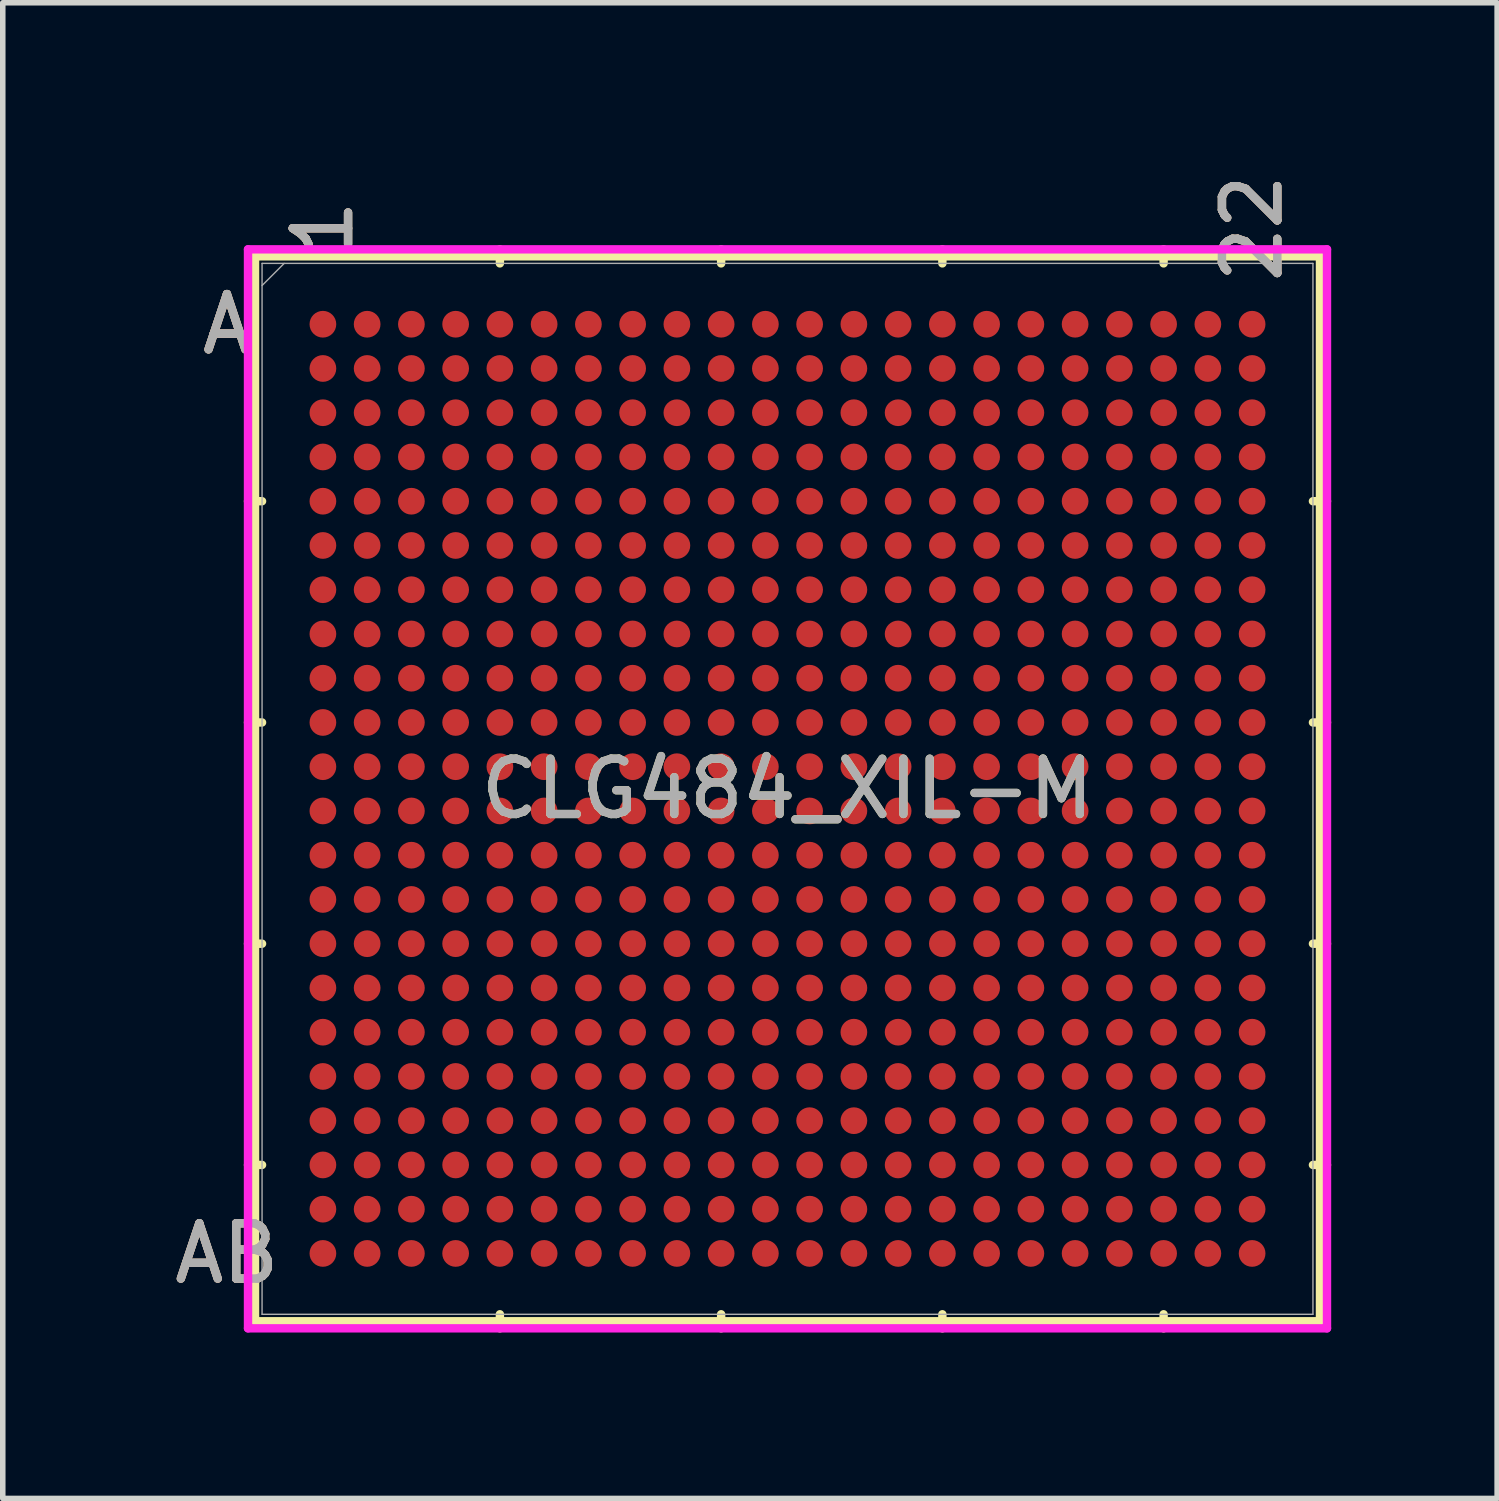
<source format=kicad_pcb>
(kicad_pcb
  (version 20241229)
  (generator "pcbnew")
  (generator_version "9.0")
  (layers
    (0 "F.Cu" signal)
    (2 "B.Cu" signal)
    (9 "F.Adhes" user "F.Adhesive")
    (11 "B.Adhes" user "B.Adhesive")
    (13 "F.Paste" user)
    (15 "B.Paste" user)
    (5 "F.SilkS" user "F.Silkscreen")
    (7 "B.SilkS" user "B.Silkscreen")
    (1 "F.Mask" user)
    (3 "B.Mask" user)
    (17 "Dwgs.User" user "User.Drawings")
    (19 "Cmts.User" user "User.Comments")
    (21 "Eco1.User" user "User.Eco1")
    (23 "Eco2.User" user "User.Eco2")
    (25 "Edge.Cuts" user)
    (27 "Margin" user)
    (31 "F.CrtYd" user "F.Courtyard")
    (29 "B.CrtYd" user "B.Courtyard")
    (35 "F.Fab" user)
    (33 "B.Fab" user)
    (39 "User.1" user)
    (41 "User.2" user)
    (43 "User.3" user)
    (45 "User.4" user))
  (footprint "CLG484_XIL-M"
    (layer "F.Cu")
    (at 11.188 11.212)
    (property "Reference" "CLG484_XIL-M" (at 0 0 0) (unlocked yes) (layer "F.SilkS") (effects (font (size 1 1) (thickness 0.15))))
    (attr smd)
    (fp_line (start -9.627 -9.627) (end -9.627 9.627) (stroke (width 0.152) (type solid)) (layer "F.SilkS"))
    (fp_line (start -9.627 9.627) (end 9.627 9.627) (stroke (width 0.152) (type solid)) (layer "F.SilkS"))
    (fp_line (start -9.5 -5.2) (end -9.754 -5.2) (stroke (width 0.152) (type solid)) (layer "F.SilkS"))
    (fp_line (start -9.5 -1.2) (end -9.754 -1.2) (stroke (width 0.152) (type solid)) (layer "F.SilkS"))
    (fp_line (start -9.5 2.8) (end -9.754 2.8) (stroke (width 0.152) (type solid)) (layer "F.SilkS"))
    (fp_line (start -9.5 6.8) (end -9.754 6.8) (stroke (width 0.152) (type solid)) (layer "F.SilkS"))
    (fp_line (start -5.2 -9.5) (end -5.2 -9.754) (stroke (width 0.152) (type solid)) (layer "F.SilkS"))
    (fp_line (start -5.2 9.5) (end -5.2 9.754) (stroke (width 0.152) (type solid)) (layer "F.SilkS"))
    (fp_line (start -1.2 -9.5) (end -1.2 -9.754) (stroke (width 0.152) (type solid)) (layer "F.SilkS"))
    (fp_line (start -1.2 9.5) (end -1.2 9.754) (stroke (width 0.152) (type solid)) (layer "F.SilkS"))
    (fp_line (start 2.8 -9.5) (end 2.8 -9.754) (stroke (width 0.152) (type solid)) (layer "F.SilkS"))
    (fp_line (start 2.8 9.5) (end 2.8 9.754) (stroke (width 0.152) (type solid)) (layer "F.SilkS"))
    (fp_line (start 6.8 -9.5) (end 6.8 -9.754) (stroke (width 0.152) (type solid)) (layer "F.SilkS"))
    (fp_line (start 6.8 9.5) (end 6.8 9.754) (stroke (width 0.152) (type solid)) (layer "F.SilkS"))
    (fp_line (start 9.5 -5.2) (end 9.754 -5.2) (stroke (width 0.152) (type solid)) (layer "F.SilkS"))
    (fp_line (start 9.5 -1.2) (end 9.754 -1.2) (stroke (width 0.152) (type solid)) (layer "F.SilkS"))
    (fp_line (start 9.5 2.8) (end 9.754 2.8) (stroke (width 0.152) (type solid)) (layer "F.SilkS"))
    (fp_line (start 9.5 6.8) (end 9.754 6.8) (stroke (width 0.152) (type solid)) (layer "F.SilkS"))
    (fp_line (start 9.627 -9.627) (end -9.627 -9.627) (stroke (width 0.152) (type solid)) (layer "F.SilkS"))
    (fp_line (start 9.627 9.627) (end 9.627 -9.627) (stroke (width 0.152) (type solid)) (layer "F.SilkS"))
    (fp_poly (pts (xy -9.244 -9.244) (xy 9.244 -9.244) (xy 9.244 9.244) (xy -9.244 9.244)) (stroke (width 0.1) (type solid)) (fill no) (layer "Eco2.User"))
    (fp_line (start -9.754 -9.754) (end 9.754 -9.754) (stroke (width 0.152) (type solid)) (layer "F.CrtYd"))
    (fp_line (start -9.754 9.754) (end -9.754 -9.754) (stroke (width 0.152) (type solid)) (layer "F.CrtYd"))
    (fp_line (start 9.754 -9.754) (end 9.754 9.754) (stroke (width 0.152) (type solid)) (layer "F.CrtYd"))
    (fp_line (start 9.754 9.754) (end -9.754 9.754) (stroke (width 0.152) (type solid)) (layer "F.CrtYd"))
    (fp_line (start -9.5 -9.5) (end -9.5 9.5) (stroke (width 0.025) (type solid)) (layer "F.Fab"))
    (fp_line (start -9.5 9.5) (end 9.5 9.5) (stroke (width 0.025) (type solid)) (layer "F.Fab"))
    (fp_line (start -9.1 -9.5) (end -9.5 -9.1) (stroke (width 0.025) (type solid)) (layer "F.Fab"))
    (fp_line (start 9.5 -9.5) (end -9.5 -9.5) (stroke (width 0.025) (type solid)) (layer "F.Fab"))
    (fp_line (start 9.5 9.5) (end 9.5 -9.5) (stroke (width 0.025) (type solid)) (layer "F.Fab"))
    (fp_text user "A" (at -10.135 -8.4 0) (unlocked yes) (layer "F.SilkS") (effects (font (size 1 1) (thickness 0.15))))
    (fp_text user "1" (at -8.4 -10.135 90) (unlocked yes) (layer "F.SilkS") (effects (font (size 1 1) (thickness 0.15))))
    (fp_text user "22" (at 8.4 -10.135 90) (unlocked yes) (layer "F.SilkS") (effects (font (size 1 1) (thickness 0.15))))
    (fp_text user "AB" (at -10.135 8.4 0) (unlocked yes) (layer "F.SilkS") (effects (font (size 1 1) (thickness 0.15))))
    (fp_text user "AB" (at -10.135 8.4 0) (unlocked yes) (layer "B.SilkS") (effects (font (size 1 1) (thickness 0.15))))
    (fp_text user "A" (at -10.135 -8.4 0) (unlocked yes) (layer "B.SilkS") (effects (font (size 1 1) (thickness 0.15))))
    (fp_text user "22" (at 8.4 -10.135 90) (unlocked yes) (layer "B.SilkS") (effects (font (size 1 1) (thickness 0.15))))
    (fp_text user "1" (at -8.4 -10.135 90) (unlocked yes) (layer "B.SilkS") (effects (font (size 1 1) (thickness 0.15))))
    (fp_text user "A" (at -10.135 -8.4 0) (unlocked yes) (layer "F.Fab") (effects (font (size 1 1) (thickness 0.15))))
    (fp_text user "1" (at -8.4 -10.135 90) (unlocked yes) (layer "F.Fab") (effects (font (size 1 1) (thickness 0.15))))
    (fp_text user "${REFERENCE}" (at 0 0 0) (unlocked yes) (layer "F.Fab") (effects (font (size 1 1) (thickness 0.15))))
    (fp_text user "22" (at 8.4 -10.135 90) (unlocked yes) (layer "F.Fab") (effects (font (size 1 1) (thickness 0.15))))
    (fp_text user "AB" (at -10.135 8.4 0) (unlocked yes) (layer "F.Fab") (effects (font (size 1 1) (thickness 0.15))))
    (pad "A1" smd circle (at -8.4 -8.4) (size 0.483 0.483) (layers "F.Cu" "F.Mask" "F.Paste"))
    (pad "A2" smd circle (at -7.6 -8.4) (size 0.483 0.483) (layers "F.Cu" "F.Mask" "F.Paste"))
    (pad "A3" smd circle (at -6.8 -8.4) (size 0.483 0.483) (layers "F.Cu" "F.Mask" "F.Paste"))
    (pad "A4" smd circle (at -6 -8.4) (size 0.483 0.483) (layers "F.Cu" "F.Mask" "F.Paste"))
    (pad "A5" smd circle (at -5.2 -8.4) (size 0.483 0.483) (layers "F.Cu" "F.Mask" "F.Paste"))
    (pad "A6" smd circle (at -4.4 -8.4) (size 0.483 0.483) (layers "F.Cu" "F.Mask" "F.Paste"))
    (pad "A7" smd circle (at -3.6 -8.4) (size 0.483 0.483) (layers "F.Cu" "F.Mask" "F.Paste"))
    (pad "A8" smd circle (at -2.8 -8.4) (size 0.483 0.483) (layers "F.Cu" "F.Mask" "F.Paste"))
    (pad "A9" smd circle (at -2 -8.4) (size 0.483 0.483) (layers "F.Cu" "F.Mask" "F.Paste"))
    (pad "A10" smd circle (at -1.2 -8.4) (size 0.483 0.483) (layers "F.Cu" "F.Mask" "F.Paste"))
    (pad "A11" smd circle (at -0.4 -8.4) (size 0.483 0.483) (layers "F.Cu" "F.Mask" "F.Paste"))
    (pad "A12" smd circle (at 0.4 -8.4) (size 0.483 0.483) (layers "F.Cu" "F.Mask" "F.Paste"))
    (pad "A13" smd circle (at 1.2 -8.4) (size 0.483 0.483) (layers "F.Cu" "F.Mask" "F.Paste"))
    (pad "A14" smd circle (at 2 -8.4) (size 0.483 0.483) (layers "F.Cu" "F.Mask" "F.Paste"))
    (pad "A15" smd circle (at 2.8 -8.4) (size 0.483 0.483) (layers "F.Cu" "F.Mask" "F.Paste"))
    (pad "A16" smd circle (at 3.6 -8.4) (size 0.483 0.483) (layers "F.Cu" "F.Mask" "F.Paste"))
    (pad "A17" smd circle (at 4.4 -8.4) (size 0.483 0.483) (layers "F.Cu" "F.Mask" "F.Paste"))
    (pad "A18" smd circle (at 5.2 -8.4) (size 0.483 0.483) (layers "F.Cu" "F.Mask" "F.Paste"))
    (pad "A19" smd circle (at 6 -8.4) (size 0.483 0.483) (layers "F.Cu" "F.Mask" "F.Paste"))
    (pad "A20" smd circle (at 6.8 -8.4) (size 0.483 0.483) (layers "F.Cu" "F.Mask" "F.Paste"))
    (pad "A21" smd circle (at 7.6 -8.4) (size 0.483 0.483) (layers "F.Cu" "F.Mask" "F.Paste"))
    (pad "A22" smd circle (at 8.4 -8.4) (size 0.483 0.483) (layers "F.Cu" "F.Mask" "F.Paste"))
    (pad "AA1" smd circle (at -8.4 7.6) (size 0.483 0.483) (layers "F.Cu" "F.Mask" "F.Paste"))
    (pad "AA2" smd circle (at -7.6 7.6) (size 0.483 0.483) (layers "F.Cu" "F.Mask" "F.Paste"))
    (pad "AA3" smd circle (at -6.8 7.6) (size 0.483 0.483) (layers "F.Cu" "F.Mask" "F.Paste"))
    (pad "AA4" smd circle (at -6 7.6) (size 0.483 0.483) (layers "F.Cu" "F.Mask" "F.Paste"))
    (pad "AA5" smd circle (at -5.2 7.6) (size 0.483 0.483) (layers "F.Cu" "F.Mask" "F.Paste"))
    (pad "AA6" smd circle (at -4.4 7.6) (size 0.483 0.483) (layers "F.Cu" "F.Mask" "F.Paste"))
    (pad "AA7" smd circle (at -3.6 7.6) (size 0.483 0.483) (layers "F.Cu" "F.Mask" "F.Paste"))
    (pad "AA8" smd circle (at -2.8 7.6) (size 0.483 0.483) (layers "F.Cu" "F.Mask" "F.Paste"))
    (pad "AA9" smd circle (at -2 7.6) (size 0.483 0.483) (layers "F.Cu" "F.Mask" "F.Paste"))
    (pad "AA10" smd circle (at -1.2 7.6) (size 0.483 0.483) (layers "F.Cu" "F.Mask" "F.Paste"))
    (pad "AA11" smd circle (at -0.4 7.6) (size 0.483 0.483) (layers "F.Cu" "F.Mask" "F.Paste"))
    (pad "AA12" smd circle (at 0.4 7.6) (size 0.483 0.483) (layers "F.Cu" "F.Mask" "F.Paste"))
    (pad "AA13" smd circle (at 1.2 7.6) (size 0.483 0.483) (layers "F.Cu" "F.Mask" "F.Paste"))
    (pad "AA14" smd circle (at 2 7.6) (size 0.483 0.483) (layers "F.Cu" "F.Mask" "F.Paste"))
    (pad "AA15" smd circle (at 2.8 7.6) (size 0.483 0.483) (layers "F.Cu" "F.Mask" "F.Paste"))
    (pad "AA16" smd circle (at 3.6 7.6) (size 0.483 0.483) (layers "F.Cu" "F.Mask" "F.Paste"))
    (pad "AA17" smd circle (at 4.4 7.6) (size 0.483 0.483) (layers "F.Cu" "F.Mask" "F.Paste"))
    (pad "AA18" smd circle (at 5.2 7.6) (size 0.483 0.483) (layers "F.Cu" "F.Mask" "F.Paste"))
    (pad "AA19" smd circle (at 6 7.6) (size 0.483 0.483) (layers "F.Cu" "F.Mask" "F.Paste"))
    (pad "AA20" smd circle (at 6.8 7.6) (size 0.483 0.483) (layers "F.Cu" "F.Mask" "F.Paste"))
    (pad "AA21" smd circle (at 7.6 7.6) (size 0.483 0.483) (layers "F.Cu" "F.Mask" "F.Paste"))
    (pad "AA22" smd circle (at 8.4 7.6) (size 0.483 0.483) (layers "F.Cu" "F.Mask" "F.Paste"))
    (pad "AB1" smd circle (at -8.4 8.4) (size 0.483 0.483) (layers "F.Cu" "F.Mask" "F.Paste"))
    (pad "AB2" smd circle (at -7.6 8.4) (size 0.483 0.483) (layers "F.Cu" "F.Mask" "F.Paste"))
    (pad "AB3" smd circle (at -6.8 8.4) (size 0.483 0.483) (layers "F.Cu" "F.Mask" "F.Paste"))
    (pad "AB4" smd circle (at -6 8.4) (size 0.483 0.483) (layers "F.Cu" "F.Mask" "F.Paste"))
    (pad "AB5" smd circle (at -5.2 8.4) (size 0.483 0.483) (layers "F.Cu" "F.Mask" "F.Paste"))
    (pad "AB6" smd circle (at -4.4 8.4) (size 0.483 0.483) (layers "F.Cu" "F.Mask" "F.Paste"))
    (pad "AB7" smd circle (at -3.6 8.4) (size 0.483 0.483) (layers "F.Cu" "F.Mask" "F.Paste"))
    (pad "AB8" smd circle (at -2.8 8.4) (size 0.483 0.483) (layers "F.Cu" "F.Mask" "F.Paste"))
    (pad "AB9" smd circle (at -2 8.4) (size 0.483 0.483) (layers "F.Cu" "F.Mask" "F.Paste"))
    (pad "AB10" smd circle (at -1.2 8.4) (size 0.483 0.483) (layers "F.Cu" "F.Mask" "F.Paste"))
    (pad "AB11" smd circle (at -0.4 8.4) (size 0.483 0.483) (layers "F.Cu" "F.Mask" "F.Paste"))
    (pad "AB12" smd circle (at 0.4 8.4) (size 0.483 0.483) (layers "F.Cu" "F.Mask" "F.Paste"))
    (pad "AB13" smd circle (at 1.2 8.4) (size 0.483 0.483) (layers "F.Cu" "F.Mask" "F.Paste"))
    (pad "AB14" smd circle (at 2 8.4) (size 0.483 0.483) (layers "F.Cu" "F.Mask" "F.Paste"))
    (pad "AB15" smd circle (at 2.8 8.4) (size 0.483 0.483) (layers "F.Cu" "F.Mask" "F.Paste"))
    (pad "AB16" smd circle (at 3.6 8.4) (size 0.483 0.483) (layers "F.Cu" "F.Mask" "F.Paste"))
    (pad "AB17" smd circle (at 4.4 8.4) (size 0.483 0.483) (layers "F.Cu" "F.Mask" "F.Paste"))
    (pad "AB18" smd circle (at 5.2 8.4) (size 0.483 0.483) (layers "F.Cu" "F.Mask" "F.Paste"))
    (pad "AB19" smd circle (at 6 8.4) (size 0.483 0.483) (layers "F.Cu" "F.Mask" "F.Paste"))
    (pad "AB20" smd circle (at 6.8 8.4) (size 0.483 0.483) (layers "F.Cu" "F.Mask" "F.Paste"))
    (pad "AB21" smd circle (at 7.6 8.4) (size 0.483 0.483) (layers "F.Cu" "F.Mask" "F.Paste"))
    (pad "AB22" smd circle (at 8.4 8.4) (size 0.483 0.483) (layers "F.Cu" "F.Mask" "F.Paste"))
    (pad "B1" smd circle (at -8.4 -7.6) (size 0.483 0.483) (layers "F.Cu" "F.Mask" "F.Paste"))
    (pad "B2" smd circle (at -7.6 -7.6) (size 0.483 0.483) (layers "F.Cu" "F.Mask" "F.Paste"))
    (pad "B3" smd circle (at -6.8 -7.6) (size 0.483 0.483) (layers "F.Cu" "F.Mask" "F.Paste"))
    (pad "B4" smd circle (at -6 -7.6) (size 0.483 0.483) (layers "F.Cu" "F.Mask" "F.Paste"))
    (pad "B5" smd circle (at -5.2 -7.6) (size 0.483 0.483) (layers "F.Cu" "F.Mask" "F.Paste"))
    (pad "B6" smd circle (at -4.4 -7.6) (size 0.483 0.483) (layers "F.Cu" "F.Mask" "F.Paste"))
    (pad "B7" smd circle (at -3.6 -7.6) (size 0.483 0.483) (layers "F.Cu" "F.Mask" "F.Paste"))
    (pad "B8" smd circle (at -2.8 -7.6) (size 0.483 0.483) (layers "F.Cu" "F.Mask" "F.Paste"))
    (pad "B9" smd circle (at -2 -7.6) (size 0.483 0.483) (layers "F.Cu" "F.Mask" "F.Paste"))
    (pad "B10" smd circle (at -1.2 -7.6) (size 0.483 0.483) (layers "F.Cu" "F.Mask" "F.Paste"))
    (pad "B11" smd circle (at -0.4 -7.6) (size 0.483 0.483) (layers "F.Cu" "F.Mask" "F.Paste"))
    (pad "B12" smd circle (at 0.4 -7.6) (size 0.483 0.483) (layers "F.Cu" "F.Mask" "F.Paste"))
    (pad "B13" smd circle (at 1.2 -7.6) (size 0.483 0.483) (layers "F.Cu" "F.Mask" "F.Paste"))
    (pad "B14" smd circle (at 2 -7.6) (size 0.483 0.483) (layers "F.Cu" "F.Mask" "F.Paste"))
    (pad "B15" smd circle (at 2.8 -7.6) (size 0.483 0.483) (layers "F.Cu" "F.Mask" "F.Paste"))
    (pad "B16" smd circle (at 3.6 -7.6) (size 0.483 0.483) (layers "F.Cu" "F.Mask" "F.Paste"))
    (pad "B17" smd circle (at 4.4 -7.6) (size 0.483 0.483) (layers "F.Cu" "F.Mask" "F.Paste"))
    (pad "B18" smd circle (at 5.2 -7.6) (size 0.483 0.483) (layers "F.Cu" "F.Mask" "F.Paste"))
    (pad "B19" smd circle (at 6 -7.6) (size 0.483 0.483) (layers "F.Cu" "F.Mask" "F.Paste"))
    (pad "B20" smd circle (at 6.8 -7.6) (size 0.483 0.483) (layers "F.Cu" "F.Mask" "F.Paste"))
    (pad "B21" smd circle (at 7.6 -7.6) (size 0.483 0.483) (layers "F.Cu" "F.Mask" "F.Paste"))
    (pad "B22" smd circle (at 8.4 -7.6) (size 0.483 0.483) (layers "F.Cu" "F.Mask" "F.Paste"))
    (pad "C1" smd circle (at -8.4 -6.8) (size 0.483 0.483) (layers "F.Cu" "F.Mask" "F.Paste"))
    (pad "C2" smd circle (at -7.6 -6.8) (size 0.483 0.483) (layers "F.Cu" "F.Mask" "F.Paste"))
    (pad "C3" smd circle (at -6.8 -6.8) (size 0.483 0.483) (layers "F.Cu" "F.Mask" "F.Paste"))
    (pad "C4" smd circle (at -6 -6.8) (size 0.483 0.483) (layers "F.Cu" "F.Mask" "F.Paste"))
    (pad "C5" smd circle (at -5.2 -6.8) (size 0.483 0.483) (layers "F.Cu" "F.Mask" "F.Paste"))
    (pad "C6" smd circle (at -4.4 -6.8) (size 0.483 0.483) (layers "F.Cu" "F.Mask" "F.Paste"))
    (pad "C7" smd circle (at -3.6 -6.8) (size 0.483 0.483) (layers "F.Cu" "F.Mask" "F.Paste"))
    (pad "C8" smd circle (at -2.8 -6.8) (size 0.483 0.483) (layers "F.Cu" "F.Mask" "F.Paste"))
    (pad "C9" smd circle (at -2 -6.8) (size 0.483 0.483) (layers "F.Cu" "F.Mask" "F.Paste"))
    (pad "C10" smd circle (at -1.2 -6.8) (size 0.483 0.483) (layers "F.Cu" "F.Mask" "F.Paste"))
    (pad "C11" smd circle (at -0.4 -6.8) (size 0.483 0.483) (layers "F.Cu" "F.Mask" "F.Paste"))
    (pad "C12" smd circle (at 0.4 -6.8) (size 0.483 0.483) (layers "F.Cu" "F.Mask" "F.Paste"))
    (pad "C13" smd circle (at 1.2 -6.8) (size 0.483 0.483) (layers "F.Cu" "F.Mask" "F.Paste"))
    (pad "C14" smd circle (at 2 -6.8) (size 0.483 0.483) (layers "F.Cu" "F.Mask" "F.Paste"))
    (pad "C15" smd circle (at 2.8 -6.8) (size 0.483 0.483) (layers "F.Cu" "F.Mask" "F.Paste"))
    (pad "C16" smd circle (at 3.6 -6.8) (size 0.483 0.483) (layers "F.Cu" "F.Mask" "F.Paste"))
    (pad "C17" smd circle (at 4.4 -6.8) (size 0.483 0.483) (layers "F.Cu" "F.Mask" "F.Paste"))
    (pad "C18" smd circle (at 5.2 -6.8) (size 0.483 0.483) (layers "F.Cu" "F.Mask" "F.Paste"))
    (pad "C19" smd circle (at 6 -6.8) (size 0.483 0.483) (layers "F.Cu" "F.Mask" "F.Paste"))
    (pad "C20" smd circle (at 6.8 -6.8) (size 0.483 0.483) (layers "F.Cu" "F.Mask" "F.Paste"))
    (pad "C21" smd circle (at 7.6 -6.8) (size 0.483 0.483) (layers "F.Cu" "F.Mask" "F.Paste"))
    (pad "C22" smd circle (at 8.4 -6.8) (size 0.483 0.483) (layers "F.Cu" "F.Mask" "F.Paste"))
    (pad "D1" smd circle (at -8.4 -6) (size 0.483 0.483) (layers "F.Cu" "F.Mask" "F.Paste"))
    (pad "D2" smd circle (at -7.6 -6) (size 0.483 0.483) (layers "F.Cu" "F.Mask" "F.Paste"))
    (pad "D3" smd circle (at -6.8 -6) (size 0.483 0.483) (layers "F.Cu" "F.Mask" "F.Paste"))
    (pad "D4" smd circle (at -6 -6) (size 0.483 0.483) (layers "F.Cu" "F.Mask" "F.Paste"))
    (pad "D5" smd circle (at -5.2 -6) (size 0.483 0.483) (layers "F.Cu" "F.Mask" "F.Paste"))
    (pad "D6" smd circle (at -4.4 -6) (size 0.483 0.483) (layers "F.Cu" "F.Mask" "F.Paste"))
    (pad "D7" smd circle (at -3.6 -6) (size 0.483 0.483) (layers "F.Cu" "F.Mask" "F.Paste"))
    (pad "D8" smd circle (at -2.8 -6) (size 0.483 0.483) (layers "F.Cu" "F.Mask" "F.Paste"))
    (pad "D9" smd circle (at -2 -6) (size 0.483 0.483) (layers "F.Cu" "F.Mask" "F.Paste"))
    (pad "D10" smd circle (at -1.2 -6) (size 0.483 0.483) (layers "F.Cu" "F.Mask" "F.Paste"))
    (pad "D11" smd circle (at -0.4 -6) (size 0.483 0.483) (layers "F.Cu" "F.Mask" "F.Paste"))
    (pad "D12" smd circle (at 0.4 -6) (size 0.483 0.483) (layers "F.Cu" "F.Mask" "F.Paste"))
    (pad "D13" smd circle (at 1.2 -6) (size 0.483 0.483) (layers "F.Cu" "F.Mask" "F.Paste"))
    (pad "D14" smd circle (at 2 -6) (size 0.483 0.483) (layers "F.Cu" "F.Mask" "F.Paste"))
    (pad "D15" smd circle (at 2.8 -6) (size 0.483 0.483) (layers "F.Cu" "F.Mask" "F.Paste"))
    (pad "D16" smd circle (at 3.6 -6) (size 0.483 0.483) (layers "F.Cu" "F.Mask" "F.Paste"))
    (pad "D17" smd circle (at 4.4 -6) (size 0.483 0.483) (layers "F.Cu" "F.Mask" "F.Paste"))
    (pad "D18" smd circle (at 5.2 -6) (size 0.483 0.483) (layers "F.Cu" "F.Mask" "F.Paste"))
    (pad "D19" smd circle (at 6 -6) (size 0.483 0.483) (layers "F.Cu" "F.Mask" "F.Paste"))
    (pad "D20" smd circle (at 6.8 -6) (size 0.483 0.483) (layers "F.Cu" "F.Mask" "F.Paste"))
    (pad "D21" smd circle (at 7.6 -6) (size 0.483 0.483) (layers "F.Cu" "F.Mask" "F.Paste"))
    (pad "D22" smd circle (at 8.4 -6) (size 0.483 0.483) (layers "F.Cu" "F.Mask" "F.Paste"))
    (pad "E1" smd circle (at -8.4 -5.2) (size 0.483 0.483) (layers "F.Cu" "F.Mask" "F.Paste"))
    (pad "E2" smd circle (at -7.6 -5.2) (size 0.483 0.483) (layers "F.Cu" "F.Mask" "F.Paste"))
    (pad "E3" smd circle (at -6.8 -5.2) (size 0.483 0.483) (layers "F.Cu" "F.Mask" "F.Paste"))
    (pad "E4" smd circle (at -6 -5.2) (size 0.483 0.483) (layers "F.Cu" "F.Mask" "F.Paste"))
    (pad "E5" smd circle (at -5.2 -5.2) (size 0.483 0.483) (layers "F.Cu" "F.Mask" "F.Paste"))
    (pad "E6" smd circle (at -4.4 -5.2) (size 0.483 0.483) (layers "F.Cu" "F.Mask" "F.Paste"))
    (pad "E7" smd circle (at -3.6 -5.2) (size 0.483 0.483) (layers "F.Cu" "F.Mask" "F.Paste"))
    (pad "E8" smd circle (at -2.8 -5.2) (size 0.483 0.483) (layers "F.Cu" "F.Mask" "F.Paste"))
    (pad "E9" smd circle (at -2 -5.2) (size 0.483 0.483) (layers "F.Cu" "F.Mask" "F.Paste"))
    (pad "E10" smd circle (at -1.2 -5.2) (size 0.483 0.483) (layers "F.Cu" "F.Mask" "F.Paste"))
    (pad "E11" smd circle (at -0.4 -5.2) (size 0.483 0.483) (layers "F.Cu" "F.Mask" "F.Paste"))
    (pad "E12" smd circle (at 0.4 -5.2) (size 0.483 0.483) (layers "F.Cu" "F.Mask" "F.Paste"))
    (pad "E13" smd circle (at 1.2 -5.2) (size 0.483 0.483) (layers "F.Cu" "F.Mask" "F.Paste"))
    (pad "E14" smd circle (at 2 -5.2) (size 0.483 0.483) (layers "F.Cu" "F.Mask" "F.Paste"))
    (pad "E15" smd circle (at 2.8 -5.2) (size 0.483 0.483) (layers "F.Cu" "F.Mask" "F.Paste"))
    (pad "E16" smd circle (at 3.6 -5.2) (size 0.483 0.483) (layers "F.Cu" "F.Mask" "F.Paste"))
    (pad "E17" smd circle (at 4.4 -5.2) (size 0.483 0.483) (layers "F.Cu" "F.Mask" "F.Paste"))
    (pad "E18" smd circle (at 5.2 -5.2) (size 0.483 0.483) (layers "F.Cu" "F.Mask" "F.Paste"))
    (pad "E19" smd circle (at 6 -5.2) (size 0.483 0.483) (layers "F.Cu" "F.Mask" "F.Paste"))
    (pad "E20" smd circle (at 6.8 -5.2) (size 0.483 0.483) (layers "F.Cu" "F.Mask" "F.Paste"))
    (pad "E21" smd circle (at 7.6 -5.2) (size 0.483 0.483) (layers "F.Cu" "F.Mask" "F.Paste"))
    (pad "E22" smd circle (at 8.4 -5.2) (size 0.483 0.483) (layers "F.Cu" "F.Mask" "F.Paste"))
    (pad "F1" smd circle (at -8.4 -4.4) (size 0.483 0.483) (layers "F.Cu" "F.Mask" "F.Paste"))
    (pad "F2" smd circle (at -7.6 -4.4) (size 0.483 0.483) (layers "F.Cu" "F.Mask" "F.Paste"))
    (pad "F3" smd circle (at -6.8 -4.4) (size 0.483 0.483) (layers "F.Cu" "F.Mask" "F.Paste"))
    (pad "F4" smd circle (at -6 -4.4) (size 0.483 0.483) (layers "F.Cu" "F.Mask" "F.Paste"))
    (pad "F5" smd circle (at -5.2 -4.4) (size 0.483 0.483) (layers "F.Cu" "F.Mask" "F.Paste"))
    (pad "F6" smd circle (at -4.4 -4.4) (size 0.483 0.483) (layers "F.Cu" "F.Mask" "F.Paste"))
    (pad "F7" smd circle (at -3.6 -4.4) (size 0.483 0.483) (layers "F.Cu" "F.Mask" "F.Paste"))
    (pad "F8" smd circle (at -2.8 -4.4) (size 0.483 0.483) (layers "F.Cu" "F.Mask" "F.Paste"))
    (pad "F9" smd circle (at -2 -4.4) (size 0.483 0.483) (layers "F.Cu" "F.Mask" "F.Paste"))
    (pad "F10" smd circle (at -1.2 -4.4) (size 0.483 0.483) (layers "F.Cu" "F.Mask" "F.Paste"))
    (pad "F11" smd circle (at -0.4 -4.4) (size 0.483 0.483) (layers "F.Cu" "F.Mask" "F.Paste"))
    (pad "F12" smd circle (at 0.4 -4.4) (size 0.483 0.483) (layers "F.Cu" "F.Mask" "F.Paste"))
    (pad "F13" smd circle (at 1.2 -4.4) (size 0.483 0.483) (layers "F.Cu" "F.Mask" "F.Paste"))
    (pad "F14" smd circle (at 2 -4.4) (size 0.483 0.483) (layers "F.Cu" "F.Mask" "F.Paste"))
    (pad "F15" smd circle (at 2.8 -4.4) (size 0.483 0.483) (layers "F.Cu" "F.Mask" "F.Paste"))
    (pad "F16" smd circle (at 3.6 -4.4) (size 0.483 0.483) (layers "F.Cu" "F.Mask" "F.Paste"))
    (pad "F17" smd circle (at 4.4 -4.4) (size 0.483 0.483) (layers "F.Cu" "F.Mask" "F.Paste"))
    (pad "F18" smd circle (at 5.2 -4.4) (size 0.483 0.483) (layers "F.Cu" "F.Mask" "F.Paste"))
    (pad "F19" smd circle (at 6 -4.4) (size 0.483 0.483) (layers "F.Cu" "F.Mask" "F.Paste"))
    (pad "F20" smd circle (at 6.8 -4.4) (size 0.483 0.483) (layers "F.Cu" "F.Mask" "F.Paste"))
    (pad "F21" smd circle (at 7.6 -4.4) (size 0.483 0.483) (layers "F.Cu" "F.Mask" "F.Paste"))
    (pad "F22" smd circle (at 8.4 -4.4) (size 0.483 0.483) (layers "F.Cu" "F.Mask" "F.Paste"))
    (pad "G1" smd circle (at -8.4 -3.6) (size 0.483 0.483) (layers "F.Cu" "F.Mask" "F.Paste"))
    (pad "G2" smd circle (at -7.6 -3.6) (size 0.483 0.483) (layers "F.Cu" "F.Mask" "F.Paste"))
    (pad "G3" smd circle (at -6.8 -3.6) (size 0.483 0.483) (layers "F.Cu" "F.Mask" "F.Paste"))
    (pad "G4" smd circle (at -6 -3.6) (size 0.483 0.483) (layers "F.Cu" "F.Mask" "F.Paste"))
    (pad "G5" smd circle (at -5.2 -3.6) (size 0.483 0.483) (layers "F.Cu" "F.Mask" "F.Paste"))
    (pad "G6" smd circle (at -4.4 -3.6) (size 0.483 0.483) (layers "F.Cu" "F.Mask" "F.Paste"))
    (pad "G7" smd circle (at -3.6 -3.6) (size 0.483 0.483) (layers "F.Cu" "F.Mask" "F.Paste"))
    (pad "G8" smd circle (at -2.8 -3.6) (size 0.483 0.483) (layers "F.Cu" "F.Mask" "F.Paste"))
    (pad "G9" smd circle (at -2 -3.6) (size 0.483 0.483) (layers "F.Cu" "F.Mask" "F.Paste"))
    (pad "G10" smd circle (at -1.2 -3.6) (size 0.483 0.483) (layers "F.Cu" "F.Mask" "F.Paste"))
    (pad "G11" smd circle (at -0.4 -3.6) (size 0.483 0.483) (layers "F.Cu" "F.Mask" "F.Paste"))
    (pad "G12" smd circle (at 0.4 -3.6) (size 0.483 0.483) (layers "F.Cu" "F.Mask" "F.Paste"))
    (pad "G13" smd circle (at 1.2 -3.6) (size 0.483 0.483) (layers "F.Cu" "F.Mask" "F.Paste"))
    (pad "G14" smd circle (at 2 -3.6) (size 0.483 0.483) (layers "F.Cu" "F.Mask" "F.Paste"))
    (pad "G15" smd circle (at 2.8 -3.6) (size 0.483 0.483) (layers "F.Cu" "F.Mask" "F.Paste"))
    (pad "G16" smd circle (at 3.6 -3.6) (size 0.483 0.483) (layers "F.Cu" "F.Mask" "F.Paste"))
    (pad "G17" smd circle (at 4.4 -3.6) (size 0.483 0.483) (layers "F.Cu" "F.Mask" "F.Paste"))
    (pad "G18" smd circle (at 5.2 -3.6) (size 0.483 0.483) (layers "F.Cu" "F.Mask" "F.Paste"))
    (pad "G19" smd circle (at 6 -3.6) (size 0.483 0.483) (layers "F.Cu" "F.Mask" "F.Paste"))
    (pad "G20" smd circle (at 6.8 -3.6) (size 0.483 0.483) (layers "F.Cu" "F.Mask" "F.Paste"))
    (pad "G21" smd circle (at 7.6 -3.6) (size 0.483 0.483) (layers "F.Cu" "F.Mask" "F.Paste"))
    (pad "G22" smd circle (at 8.4 -3.6) (size 0.483 0.483) (layers "F.Cu" "F.Mask" "F.Paste"))
    (pad "H1" smd circle (at -8.4 -2.8) (size 0.483 0.483) (layers "F.Cu" "F.Mask" "F.Paste"))
    (pad "H2" smd circle (at -7.6 -2.8) (size 0.483 0.483) (layers "F.Cu" "F.Mask" "F.Paste"))
    (pad "H3" smd circle (at -6.8 -2.8) (size 0.483 0.483) (layers "F.Cu" "F.Mask" "F.Paste"))
    (pad "H4" smd circle (at -6 -2.8) (size 0.483 0.483) (layers "F.Cu" "F.Mask" "F.Paste"))
    (pad "H5" smd circle (at -5.2 -2.8) (size 0.483 0.483) (layers "F.Cu" "F.Mask" "F.Paste"))
    (pad "H6" smd circle (at -4.4 -2.8) (size 0.483 0.483) (layers "F.Cu" "F.Mask" "F.Paste"))
    (pad "H7" smd circle (at -3.6 -2.8) (size 0.483 0.483) (layers "F.Cu" "F.Mask" "F.Paste"))
    (pad "H8" smd circle (at -2.8 -2.8) (size 0.483 0.483) (layers "F.Cu" "F.Mask" "F.Paste"))
    (pad "H9" smd circle (at -2 -2.8) (size 0.483 0.483) (layers "F.Cu" "F.Mask" "F.Paste"))
    (pad "H10" smd circle (at -1.2 -2.8) (size 0.483 0.483) (layers "F.Cu" "F.Mask" "F.Paste"))
    (pad "H11" smd circle (at -0.4 -2.8) (size 0.483 0.483) (layers "F.Cu" "F.Mask" "F.Paste"))
    (pad "H12" smd circle (at 0.4 -2.8) (size 0.483 0.483) (layers "F.Cu" "F.Mask" "F.Paste"))
    (pad "H13" smd circle (at 1.2 -2.8) (size 0.483 0.483) (layers "F.Cu" "F.Mask" "F.Paste"))
    (pad "H14" smd circle (at 2 -2.8) (size 0.483 0.483) (layers "F.Cu" "F.Mask" "F.Paste"))
    (pad "H15" smd circle (at 2.8 -2.8) (size 0.483 0.483) (layers "F.Cu" "F.Mask" "F.Paste"))
    (pad "H16" smd circle (at 3.6 -2.8) (size 0.483 0.483) (layers "F.Cu" "F.Mask" "F.Paste"))
    (pad "H17" smd circle (at 4.4 -2.8) (size 0.483 0.483) (layers "F.Cu" "F.Mask" "F.Paste"))
    (pad "H18" smd circle (at 5.2 -2.8) (size 0.483 0.483) (layers "F.Cu" "F.Mask" "F.Paste"))
    (pad "H19" smd circle (at 6 -2.8) (size 0.483 0.483) (layers "F.Cu" "F.Mask" "F.Paste"))
    (pad "H20" smd circle (at 6.8 -2.8) (size 0.483 0.483) (layers "F.Cu" "F.Mask" "F.Paste"))
    (pad "H21" smd circle (at 7.6 -2.8) (size 0.483 0.483) (layers "F.Cu" "F.Mask" "F.Paste"))
    (pad "H22" smd circle (at 8.4 -2.8) (size 0.483 0.483) (layers "F.Cu" "F.Mask" "F.Paste"))
    (pad "J1" smd circle (at -8.4 -2) (size 0.483 0.483) (layers "F.Cu" "F.Mask" "F.Paste"))
    (pad "J2" smd circle (at -7.6 -2) (size 0.483 0.483) (layers "F.Cu" "F.Mask" "F.Paste"))
    (pad "J3" smd circle (at -6.8 -2) (size 0.483 0.483) (layers "F.Cu" "F.Mask" "F.Paste"))
    (pad "J4" smd circle (at -6 -2) (size 0.483 0.483) (layers "F.Cu" "F.Mask" "F.Paste"))
    (pad "J5" smd circle (at -5.2 -2) (size 0.483 0.483) (layers "F.Cu" "F.Mask" "F.Paste"))
    (pad "J6" smd circle (at -4.4 -2) (size 0.483 0.483) (layers "F.Cu" "F.Mask" "F.Paste"))
    (pad "J7" smd circle (at -3.6 -2) (size 0.483 0.483) (layers "F.Cu" "F.Mask" "F.Paste"))
    (pad "J8" smd circle (at -2.8 -2) (size 0.483 0.483) (layers "F.Cu" "F.Mask" "F.Paste"))
    (pad "J9" smd circle (at -2 -2) (size 0.483 0.483) (layers "F.Cu" "F.Mask" "F.Paste"))
    (pad "J10" smd circle (at -1.2 -2) (size 0.483 0.483) (layers "F.Cu" "F.Mask" "F.Paste"))
    (pad "J11" smd circle (at -0.4 -2) (size 0.483 0.483) (layers "F.Cu" "F.Mask" "F.Paste"))
    (pad "J12" smd circle (at 0.4 -2) (size 0.483 0.483) (layers "F.Cu" "F.Mask" "F.Paste"))
    (pad "J13" smd circle (at 1.2 -2) (size 0.483 0.483) (layers "F.Cu" "F.Mask" "F.Paste"))
    (pad "J14" smd circle (at 2 -2) (size 0.483 0.483) (layers "F.Cu" "F.Mask" "F.Paste"))
    (pad "J15" smd circle (at 2.8 -2) (size 0.483 0.483) (layers "F.Cu" "F.Mask" "F.Paste"))
    (pad "J16" smd circle (at 3.6 -2) (size 0.483 0.483) (layers "F.Cu" "F.Mask" "F.Paste"))
    (pad "J17" smd circle (at 4.4 -2) (size 0.483 0.483) (layers "F.Cu" "F.Mask" "F.Paste"))
    (pad "J18" smd circle (at 5.2 -2) (size 0.483 0.483) (layers "F.Cu" "F.Mask" "F.Paste"))
    (pad "J19" smd circle (at 6 -2) (size 0.483 0.483) (layers "F.Cu" "F.Mask" "F.Paste"))
    (pad "J20" smd circle (at 6.8 -2) (size 0.483 0.483) (layers "F.Cu" "F.Mask" "F.Paste"))
    (pad "J21" smd circle (at 7.6 -2) (size 0.483 0.483) (layers "F.Cu" "F.Mask" "F.Paste"))
    (pad "J22" smd circle (at 8.4 -2) (size 0.483 0.483) (layers "F.Cu" "F.Mask" "F.Paste"))
    (pad "K1" smd circle (at -8.4 -1.2) (size 0.483 0.483) (layers "F.Cu" "F.Mask" "F.Paste"))
    (pad "K2" smd circle (at -7.6 -1.2) (size 0.483 0.483) (layers "F.Cu" "F.Mask" "F.Paste"))
    (pad "K3" smd circle (at -6.8 -1.2) (size 0.483 0.483) (layers "F.Cu" "F.Mask" "F.Paste"))
    (pad "K4" smd circle (at -6 -1.2) (size 0.483 0.483) (layers "F.Cu" "F.Mask" "F.Paste"))
    (pad "K5" smd circle (at -5.2 -1.2) (size 0.483 0.483) (layers "F.Cu" "F.Mask" "F.Paste"))
    (pad "K6" smd circle (at -4.4 -1.2) (size 0.483 0.483) (layers "F.Cu" "F.Mask" "F.Paste"))
    (pad "K7" smd circle (at -3.6 -1.2) (size 0.483 0.483) (layers "F.Cu" "F.Mask" "F.Paste"))
    (pad "K8" smd circle (at -2.8 -1.2) (size 0.483 0.483) (layers "F.Cu" "F.Mask" "F.Paste"))
    (pad "K9" smd circle (at -2 -1.2) (size 0.483 0.483) (layers "F.Cu" "F.Mask" "F.Paste"))
    (pad "K10" smd circle (at -1.2 -1.2) (size 0.483 0.483) (layers "F.Cu" "F.Mask" "F.Paste"))
    (pad "K11" smd circle (at -0.4 -1.2) (size 0.483 0.483) (layers "F.Cu" "F.Mask" "F.Paste"))
    (pad "K12" smd circle (at 0.4 -1.2) (size 0.483 0.483) (layers "F.Cu" "F.Mask" "F.Paste"))
    (pad "K13" smd circle (at 1.2 -1.2) (size 0.483 0.483) (layers "F.Cu" "F.Mask" "F.Paste"))
    (pad "K14" smd circle (at 2 -1.2) (size 0.483 0.483) (layers "F.Cu" "F.Mask" "F.Paste"))
    (pad "K15" smd circle (at 2.8 -1.2) (size 0.483 0.483) (layers "F.Cu" "F.Mask" "F.Paste"))
    (pad "K16" smd circle (at 3.6 -1.2) (size 0.483 0.483) (layers "F.Cu" "F.Mask" "F.Paste"))
    (pad "K17" smd circle (at 4.4 -1.2) (size 0.483 0.483) (layers "F.Cu" "F.Mask" "F.Paste"))
    (pad "K18" smd circle (at 5.2 -1.2) (size 0.483 0.483) (layers "F.Cu" "F.Mask" "F.Paste"))
    (pad "K19" smd circle (at 6 -1.2) (size 0.483 0.483) (layers "F.Cu" "F.Mask" "F.Paste"))
    (pad "K20" smd circle (at 6.8 -1.2) (size 0.483 0.483) (layers "F.Cu" "F.Mask" "F.Paste"))
    (pad "K21" smd circle (at 7.6 -1.2) (size 0.483 0.483) (layers "F.Cu" "F.Mask" "F.Paste"))
    (pad "K22" smd circle (at 8.4 -1.2) (size 0.483 0.483) (layers "F.Cu" "F.Mask" "F.Paste"))
    (pad "L1" smd circle (at -8.4 -0.4) (size 0.483 0.483) (layers "F.Cu" "F.Mask" "F.Paste"))
    (pad "L2" smd circle (at -7.6 -0.4) (size 0.483 0.483) (layers "F.Cu" "F.Mask" "F.Paste"))
    (pad "L3" smd circle (at -6.8 -0.4) (size 0.483 0.483) (layers "F.Cu" "F.Mask" "F.Paste"))
    (pad "L4" smd circle (at -6 -0.4) (size 0.483 0.483) (layers "F.Cu" "F.Mask" "F.Paste"))
    (pad "L5" smd circle (at -5.2 -0.4) (size 0.483 0.483) (layers "F.Cu" "F.Mask" "F.Paste"))
    (pad "L6" smd circle (at -4.4 -0.4) (size 0.483 0.483) (layers "F.Cu" "F.Mask" "F.Paste"))
    (pad "L7" smd circle (at -3.6 -0.4) (size 0.483 0.483) (layers "F.Cu" "F.Mask" "F.Paste"))
    (pad "L8" smd circle (at -2.8 -0.4) (size 0.483 0.483) (layers "F.Cu" "F.Mask" "F.Paste"))
    (pad "L9" smd circle (at -2 -0.4) (size 0.483 0.483) (layers "F.Cu" "F.Mask" "F.Paste"))
    (pad "L10" smd circle (at -1.2 -0.4) (size 0.483 0.483) (layers "F.Cu" "F.Mask" "F.Paste"))
    (pad "L11" smd circle (at -0.4 -0.4) (size 0.483 0.483) (layers "F.Cu" "F.Mask" "F.Paste"))
    (pad "L12" smd circle (at 0.4 -0.4) (size 0.483 0.483) (layers "F.Cu" "F.Mask" "F.Paste"))
    (pad "L13" smd circle (at 1.2 -0.4) (size 0.483 0.483) (layers "F.Cu" "F.Mask" "F.Paste"))
    (pad "L14" smd circle (at 2 -0.4) (size 0.483 0.483) (layers "F.Cu" "F.Mask" "F.Paste"))
    (pad "L15" smd circle (at 2.8 -0.4) (size 0.483 0.483) (layers "F.Cu" "F.Mask" "F.Paste"))
    (pad "L16" smd circle (at 3.6 -0.4) (size 0.483 0.483) (layers "F.Cu" "F.Mask" "F.Paste"))
    (pad "L17" smd circle (at 4.4 -0.4) (size 0.483 0.483) (layers "F.Cu" "F.Mask" "F.Paste"))
    (pad "L18" smd circle (at 5.2 -0.4) (size 0.483 0.483) (layers "F.Cu" "F.Mask" "F.Paste"))
    (pad "L19" smd circle (at 6 -0.4) (size 0.483 0.483) (layers "F.Cu" "F.Mask" "F.Paste"))
    (pad "L20" smd circle (at 6.8 -0.4) (size 0.483 0.483) (layers "F.Cu" "F.Mask" "F.Paste"))
    (pad "L21" smd circle (at 7.6 -0.4) (size 0.483 0.483) (layers "F.Cu" "F.Mask" "F.Paste"))
    (pad "L22" smd circle (at 8.4 -0.4) (size 0.483 0.483) (layers "F.Cu" "F.Mask" "F.Paste"))
    (pad "M1" smd circle (at -8.4 0.4) (size 0.483 0.483) (layers "F.Cu" "F.Mask" "F.Paste"))
    (pad "M2" smd circle (at -7.6 0.4) (size 0.483 0.483) (layers "F.Cu" "F.Mask" "F.Paste"))
    (pad "M3" smd circle (at -6.8 0.4) (size 0.483 0.483) (layers "F.Cu" "F.Mask" "F.Paste"))
    (pad "M4" smd circle (at -6 0.4) (size 0.483 0.483) (layers "F.Cu" "F.Mask" "F.Paste"))
    (pad "M5" smd circle (at -5.2 0.4) (size 0.483 0.483) (layers "F.Cu" "F.Mask" "F.Paste"))
    (pad "M6" smd circle (at -4.4 0.4) (size 0.483 0.483) (layers "F.Cu" "F.Mask" "F.Paste"))
    (pad "M7" smd circle (at -3.6 0.4) (size 0.483 0.483) (layers "F.Cu" "F.Mask" "F.Paste"))
    (pad "M8" smd circle (at -2.8 0.4) (size 0.483 0.483) (layers "F.Cu" "F.Mask" "F.Paste"))
    (pad "M9" smd circle (at -2 0.4) (size 0.483 0.483) (layers "F.Cu" "F.Mask" "F.Paste"))
    (pad "M10" smd circle (at -1.2 0.4) (size 0.483 0.483) (layers "F.Cu" "F.Mask" "F.Paste"))
    (pad "M11" smd circle (at -0.4 0.4) (size 0.483 0.483) (layers "F.Cu" "F.Mask" "F.Paste"))
    (pad "M12" smd circle (at 0.4 0.4) (size 0.483 0.483) (layers "F.Cu" "F.Mask" "F.Paste"))
    (pad "M13" smd circle (at 1.2 0.4) (size 0.483 0.483) (layers "F.Cu" "F.Mask" "F.Paste"))
    (pad "M14" smd circle (at 2 0.4) (size 0.483 0.483) (layers "F.Cu" "F.Mask" "F.Paste"))
    (pad "M15" smd circle (at 2.8 0.4) (size 0.483 0.483) (layers "F.Cu" "F.Mask" "F.Paste"))
    (pad "M16" smd circle (at 3.6 0.4) (size 0.483 0.483) (layers "F.Cu" "F.Mask" "F.Paste"))
    (pad "M17" smd circle (at 4.4 0.4) (size 0.483 0.483) (layers "F.Cu" "F.Mask" "F.Paste"))
    (pad "M18" smd circle (at 5.2 0.4) (size 0.483 0.483) (layers "F.Cu" "F.Mask" "F.Paste"))
    (pad "M19" smd circle (at 6 0.4) (size 0.483 0.483) (layers "F.Cu" "F.Mask" "F.Paste"))
    (pad "M20" smd circle (at 6.8 0.4) (size 0.483 0.483) (layers "F.Cu" "F.Mask" "F.Paste"))
    (pad "M21" smd circle (at 7.6 0.4) (size 0.483 0.483) (layers "F.Cu" "F.Mask" "F.Paste"))
    (pad "M22" smd circle (at 8.4 0.4) (size 0.483 0.483) (layers "F.Cu" "F.Mask" "F.Paste"))
    (pad "N1" smd circle (at -8.4 1.2) (size 0.483 0.483) (layers "F.Cu" "F.Mask" "F.Paste"))
    (pad "N2" smd circle (at -7.6 1.2) (size 0.483 0.483) (layers "F.Cu" "F.Mask" "F.Paste"))
    (pad "N3" smd circle (at -6.8 1.2) (size 0.483 0.483) (layers "F.Cu" "F.Mask" "F.Paste"))
    (pad "N4" smd circle (at -6 1.2) (size 0.483 0.483) (layers "F.Cu" "F.Mask" "F.Paste"))
    (pad "N5" smd circle (at -5.2 1.2) (size 0.483 0.483) (layers "F.Cu" "F.Mask" "F.Paste"))
    (pad "N6" smd circle (at -4.4 1.2) (size 0.483 0.483) (layers "F.Cu" "F.Mask" "F.Paste"))
    (pad "N7" smd circle (at -3.6 1.2) (size 0.483 0.483) (layers "F.Cu" "F.Mask" "F.Paste"))
    (pad "N8" smd circle (at -2.8 1.2) (size 0.483 0.483) (layers "F.Cu" "F.Mask" "F.Paste"))
    (pad "N9" smd circle (at -2 1.2) (size 0.483 0.483) (layers "F.Cu" "F.Mask" "F.Paste"))
    (pad "N10" smd circle (at -1.2 1.2) (size 0.483 0.483) (layers "F.Cu" "F.Mask" "F.Paste"))
    (pad "N11" smd circle (at -0.4 1.2) (size 0.483 0.483) (layers "F.Cu" "F.Mask" "F.Paste"))
    (pad "N12" smd circle (at 0.4 1.2) (size 0.483 0.483) (layers "F.Cu" "F.Mask" "F.Paste"))
    (pad "N13" smd circle (at 1.2 1.2) (size 0.483 0.483) (layers "F.Cu" "F.Mask" "F.Paste"))
    (pad "N14" smd circle (at 2 1.2) (size 0.483 0.483) (layers "F.Cu" "F.Mask" "F.Paste"))
    (pad "N15" smd circle (at 2.8 1.2) (size 0.483 0.483) (layers "F.Cu" "F.Mask" "F.Paste"))
    (pad "N16" smd circle (at 3.6 1.2) (size 0.483 0.483) (layers "F.Cu" "F.Mask" "F.Paste"))
    (pad "N17" smd circle (at 4.4 1.2) (size 0.483 0.483) (layers "F.Cu" "F.Mask" "F.Paste"))
    (pad "N18" smd circle (at 5.2 1.2) (size 0.483 0.483) (layers "F.Cu" "F.Mask" "F.Paste"))
    (pad "N19" smd circle (at 6 1.2) (size 0.483 0.483) (layers "F.Cu" "F.Mask" "F.Paste"))
    (pad "N20" smd circle (at 6.8 1.2) (size 0.483 0.483) (layers "F.Cu" "F.Mask" "F.Paste"))
    (pad "N21" smd circle (at 7.6 1.2) (size 0.483 0.483) (layers "F.Cu" "F.Mask" "F.Paste"))
    (pad "N22" smd circle (at 8.4 1.2) (size 0.483 0.483) (layers "F.Cu" "F.Mask" "F.Paste"))
    (pad "P1" smd circle (at -8.4 2) (size 0.483 0.483) (layers "F.Cu" "F.Mask" "F.Paste"))
    (pad "P2" smd circle (at -7.6 2) (size 0.483 0.483) (layers "F.Cu" "F.Mask" "F.Paste"))
    (pad "P3" smd circle (at -6.8 2) (size 0.483 0.483) (layers "F.Cu" "F.Mask" "F.Paste"))
    (pad "P4" smd circle (at -6 2) (size 0.483 0.483) (layers "F.Cu" "F.Mask" "F.Paste"))
    (pad "P5" smd circle (at -5.2 2) (size 0.483 0.483) (layers "F.Cu" "F.Mask" "F.Paste"))
    (pad "P6" smd circle (at -4.4 2) (size 0.483 0.483) (layers "F.Cu" "F.Mask" "F.Paste"))
    (pad "P7" smd circle (at -3.6 2) (size 0.483 0.483) (layers "F.Cu" "F.Mask" "F.Paste"))
    (pad "P8" smd circle (at -2.8 2) (size 0.483 0.483) (layers "F.Cu" "F.Mask" "F.Paste"))
    (pad "P9" smd circle (at -2 2) (size 0.483 0.483) (layers "F.Cu" "F.Mask" "F.Paste"))
    (pad "P10" smd circle (at -1.2 2) (size 0.483 0.483) (layers "F.Cu" "F.Mask" "F.Paste"))
    (pad "P11" smd circle (at -0.4 2) (size 0.483 0.483) (layers "F.Cu" "F.Mask" "F.Paste"))
    (pad "P12" smd circle (at 0.4 2) (size 0.483 0.483) (layers "F.Cu" "F.Mask" "F.Paste"))
    (pad "P13" smd circle (at 1.2 2) (size 0.483 0.483) (layers "F.Cu" "F.Mask" "F.Paste"))
    (pad "P14" smd circle (at 2 2) (size 0.483 0.483) (layers "F.Cu" "F.Mask" "F.Paste"))
    (pad "P15" smd circle (at 2.8 2) (size 0.483 0.483) (layers "F.Cu" "F.Mask" "F.Paste"))
    (pad "P16" smd circle (at 3.6 2) (size 0.483 0.483) (layers "F.Cu" "F.Mask" "F.Paste"))
    (pad "P17" smd circle (at 4.4 2) (size 0.483 0.483) (layers "F.Cu" "F.Mask" "F.Paste"))
    (pad "P18" smd circle (at 5.2 2) (size 0.483 0.483) (layers "F.Cu" "F.Mask" "F.Paste"))
    (pad "P19" smd circle (at 6 2) (size 0.483 0.483) (layers "F.Cu" "F.Mask" "F.Paste"))
    (pad "P20" smd circle (at 6.8 2) (size 0.483 0.483) (layers "F.Cu" "F.Mask" "F.Paste"))
    (pad "P21" smd circle (at 7.6 2) (size 0.483 0.483) (layers "F.Cu" "F.Mask" "F.Paste"))
    (pad "P22" smd circle (at 8.4 2) (size 0.483 0.483) (layers "F.Cu" "F.Mask" "F.Paste"))
    (pad "R1" smd circle (at -8.4 2.8) (size 0.483 0.483) (layers "F.Cu" "F.Mask" "F.Paste"))
    (pad "R2" smd circle (at -7.6 2.8) (size 0.483 0.483) (layers "F.Cu" "F.Mask" "F.Paste"))
    (pad "R3" smd circle (at -6.8 2.8) (size 0.483 0.483) (layers "F.Cu" "F.Mask" "F.Paste"))
    (pad "R4" smd circle (at -6 2.8) (size 0.483 0.483) (layers "F.Cu" "F.Mask" "F.Paste"))
    (pad "R5" smd circle (at -5.2 2.8) (size 0.483 0.483) (layers "F.Cu" "F.Mask" "F.Paste"))
    (pad "R6" smd circle (at -4.4 2.8) (size 0.483 0.483) (layers "F.Cu" "F.Mask" "F.Paste"))
    (pad "R7" smd circle (at -3.6 2.8) (size 0.483 0.483) (layers "F.Cu" "F.Mask" "F.Paste"))
    (pad "R8" smd circle (at -2.8 2.8) (size 0.483 0.483) (layers "F.Cu" "F.Mask" "F.Paste"))
    (pad "R9" smd circle (at -2 2.8) (size 0.483 0.483) (layers "F.Cu" "F.Mask" "F.Paste"))
    (pad "R10" smd circle (at -1.2 2.8) (size 0.483 0.483) (layers "F.Cu" "F.Mask" "F.Paste"))
    (pad "R11" smd circle (at -0.4 2.8) (size 0.483 0.483) (layers "F.Cu" "F.Mask" "F.Paste"))
    (pad "R12" smd circle (at 0.4 2.8) (size 0.483 0.483) (layers "F.Cu" "F.Mask" "F.Paste"))
    (pad "R13" smd circle (at 1.2 2.8) (size 0.483 0.483) (layers "F.Cu" "F.Mask" "F.Paste"))
    (pad "R14" smd circle (at 2 2.8) (size 0.483 0.483) (layers "F.Cu" "F.Mask" "F.Paste"))
    (pad "R15" smd circle (at 2.8 2.8) (size 0.483 0.483) (layers "F.Cu" "F.Mask" "F.Paste"))
    (pad "R16" smd circle (at 3.6 2.8) (size 0.483 0.483) (layers "F.Cu" "F.Mask" "F.Paste"))
    (pad "R17" smd circle (at 4.4 2.8) (size 0.483 0.483) (layers "F.Cu" "F.Mask" "F.Paste"))
    (pad "R18" smd circle (at 5.2 2.8) (size 0.483 0.483) (layers "F.Cu" "F.Mask" "F.Paste"))
    (pad "R19" smd circle (at 6 2.8) (size 0.483 0.483) (layers "F.Cu" "F.Mask" "F.Paste"))
    (pad "R20" smd circle (at 6.8 2.8) (size 0.483 0.483) (layers "F.Cu" "F.Mask" "F.Paste"))
    (pad "R21" smd circle (at 7.6 2.8) (size 0.483 0.483) (layers "F.Cu" "F.Mask" "F.Paste"))
    (pad "R22" smd circle (at 8.4 2.8) (size 0.483 0.483) (layers "F.Cu" "F.Mask" "F.Paste"))
    (pad "T1" smd circle (at -8.4 3.6) (size 0.483 0.483) (layers "F.Cu" "F.Mask" "F.Paste"))
    (pad "T2" smd circle (at -7.6 3.6) (size 0.483 0.483) (layers "F.Cu" "F.Mask" "F.Paste"))
    (pad "T3" smd circle (at -6.8 3.6) (size 0.483 0.483) (layers "F.Cu" "F.Mask" "F.Paste"))
    (pad "T4" smd circle (at -6 3.6) (size 0.483 0.483) (layers "F.Cu" "F.Mask" "F.Paste"))
    (pad "T5" smd circle (at -5.2 3.6) (size 0.483 0.483) (layers "F.Cu" "F.Mask" "F.Paste"))
    (pad "T6" smd circle (at -4.4 3.6) (size 0.483 0.483) (layers "F.Cu" "F.Mask" "F.Paste"))
    (pad "T7" smd circle (at -3.6 3.6) (size 0.483 0.483) (layers "F.Cu" "F.Mask" "F.Paste"))
    (pad "T8" smd circle (at -2.8 3.6) (size 0.483 0.483) (layers "F.Cu" "F.Mask" "F.Paste"))
    (pad "T9" smd circle (at -2 3.6) (size 0.483 0.483) (layers "F.Cu" "F.Mask" "F.Paste"))
    (pad "T10" smd circle (at -1.2 3.6) (size 0.483 0.483) (layers "F.Cu" "F.Mask" "F.Paste"))
    (pad "T11" smd circle (at -0.4 3.6) (size 0.483 0.483) (layers "F.Cu" "F.Mask" "F.Paste"))
    (pad "T12" smd circle (at 0.4 3.6) (size 0.483 0.483) (layers "F.Cu" "F.Mask" "F.Paste"))
    (pad "T13" smd circle (at 1.2 3.6) (size 0.483 0.483) (layers "F.Cu" "F.Mask" "F.Paste"))
    (pad "T14" smd circle (at 2 3.6) (size 0.483 0.483) (layers "F.Cu" "F.Mask" "F.Paste"))
    (pad "T15" smd circle (at 2.8 3.6) (size 0.483 0.483) (layers "F.Cu" "F.Mask" "F.Paste"))
    (pad "T16" smd circle (at 3.6 3.6) (size 0.483 0.483) (layers "F.Cu" "F.Mask" "F.Paste"))
    (pad "T17" smd circle (at 4.4 3.6) (size 0.483 0.483) (layers "F.Cu" "F.Mask" "F.Paste"))
    (pad "T18" smd circle (at 5.2 3.6) (size 0.483 0.483) (layers "F.Cu" "F.Mask" "F.Paste"))
    (pad "T19" smd circle (at 6 3.6) (size 0.483 0.483) (layers "F.Cu" "F.Mask" "F.Paste"))
    (pad "T20" smd circle (at 6.8 3.6) (size 0.483 0.483) (layers "F.Cu" "F.Mask" "F.Paste"))
    (pad "T21" smd circle (at 7.6 3.6) (size 0.483 0.483) (layers "F.Cu" "F.Mask" "F.Paste"))
    (pad "T22" smd circle (at 8.4 3.6) (size 0.483 0.483) (layers "F.Cu" "F.Mask" "F.Paste"))
    (pad "U1" smd circle (at -8.4 4.4) (size 0.483 0.483) (layers "F.Cu" "F.Mask" "F.Paste"))
    (pad "U2" smd circle (at -7.6 4.4) (size 0.483 0.483) (layers "F.Cu" "F.Mask" "F.Paste"))
    (pad "U3" smd circle (at -6.8 4.4) (size 0.483 0.483) (layers "F.Cu" "F.Mask" "F.Paste"))
    (pad "U4" smd circle (at -6 4.4) (size 0.483 0.483) (layers "F.Cu" "F.Mask" "F.Paste"))
    (pad "U5" smd circle (at -5.2 4.4) (size 0.483 0.483) (layers "F.Cu" "F.Mask" "F.Paste"))
    (pad "U6" smd circle (at -4.4 4.4) (size 0.483 0.483) (layers "F.Cu" "F.Mask" "F.Paste"))
    (pad "U7" smd circle (at -3.6 4.4) (size 0.483 0.483) (layers "F.Cu" "F.Mask" "F.Paste"))
    (pad "U8" smd circle (at -2.8 4.4) (size 0.483 0.483) (layers "F.Cu" "F.Mask" "F.Paste"))
    (pad "U9" smd circle (at -2 4.4) (size 0.483 0.483) (layers "F.Cu" "F.Mask" "F.Paste"))
    (pad "U10" smd circle (at -1.2 4.4) (size 0.483 0.483) (layers "F.Cu" "F.Mask" "F.Paste"))
    (pad "U11" smd circle (at -0.4 4.4) (size 0.483 0.483) (layers "F.Cu" "F.Mask" "F.Paste"))
    (pad "U12" smd circle (at 0.4 4.4) (size 0.483 0.483) (layers "F.Cu" "F.Mask" "F.Paste"))
    (pad "U13" smd circle (at 1.2 4.4) (size 0.483 0.483) (layers "F.Cu" "F.Mask" "F.Paste"))
    (pad "U14" smd circle (at 2 4.4) (size 0.483 0.483) (layers "F.Cu" "F.Mask" "F.Paste"))
    (pad "U15" smd circle (at 2.8 4.4) (size 0.483 0.483) (layers "F.Cu" "F.Mask" "F.Paste"))
    (pad "U16" smd circle (at 3.6 4.4) (size 0.483 0.483) (layers "F.Cu" "F.Mask" "F.Paste"))
    (pad "U17" smd circle (at 4.4 4.4) (size 0.483 0.483) (layers "F.Cu" "F.Mask" "F.Paste"))
    (pad "U18" smd circle (at 5.2 4.4) (size 0.483 0.483) (layers "F.Cu" "F.Mask" "F.Paste"))
    (pad "U19" smd circle (at 6 4.4) (size 0.483 0.483) (layers "F.Cu" "F.Mask" "F.Paste"))
    (pad "U20" smd circle (at 6.8 4.4) (size 0.483 0.483) (layers "F.Cu" "F.Mask" "F.Paste"))
    (pad "U21" smd circle (at 7.6 4.4) (size 0.483 0.483) (layers "F.Cu" "F.Mask" "F.Paste"))
    (pad "U22" smd circle (at 8.4 4.4) (size 0.483 0.483) (layers "F.Cu" "F.Mask" "F.Paste"))
    (pad "V1" smd circle (at -8.4 5.2) (size 0.483 0.483) (layers "F.Cu" "F.Mask" "F.Paste"))
    (pad "V2" smd circle (at -7.6 5.2) (size 0.483 0.483) (layers "F.Cu" "F.Mask" "F.Paste"))
    (pad "V3" smd circle (at -6.8 5.2) (size 0.483 0.483) (layers "F.Cu" "F.Mask" "F.Paste"))
    (pad "V4" smd circle (at -6 5.2) (size 0.483 0.483) (layers "F.Cu" "F.Mask" "F.Paste"))
    (pad "V5" smd circle (at -5.2 5.2) (size 0.483 0.483) (layers "F.Cu" "F.Mask" "F.Paste"))
    (pad "V6" smd circle (at -4.4 5.2) (size 0.483 0.483) (layers "F.Cu" "F.Mask" "F.Paste"))
    (pad "V7" smd circle (at -3.6 5.2) (size 0.483 0.483) (layers "F.Cu" "F.Mask" "F.Paste"))
    (pad "V8" smd circle (at -2.8 5.2) (size 0.483 0.483) (layers "F.Cu" "F.Mask" "F.Paste"))
    (pad "V9" smd circle (at -2 5.2) (size 0.483 0.483) (layers "F.Cu" "F.Mask" "F.Paste"))
    (pad "V10" smd circle (at -1.2 5.2) (size 0.483 0.483) (layers "F.Cu" "F.Mask" "F.Paste"))
    (pad "V11" smd circle (at -0.4 5.2) (size 0.483 0.483) (layers "F.Cu" "F.Mask" "F.Paste"))
    (pad "V12" smd circle (at 0.4 5.2) (size 0.483 0.483) (layers "F.Cu" "F.Mask" "F.Paste"))
    (pad "V13" smd circle (at 1.2 5.2) (size 0.483 0.483) (layers "F.Cu" "F.Mask" "F.Paste"))
    (pad "V14" smd circle (at 2 5.2) (size 0.483 0.483) (layers "F.Cu" "F.Mask" "F.Paste"))
    (pad "V15" smd circle (at 2.8 5.2) (size 0.483 0.483) (layers "F.Cu" "F.Mask" "F.Paste"))
    (pad "V16" smd circle (at 3.6 5.2) (size 0.483 0.483) (layers "F.Cu" "F.Mask" "F.Paste"))
    (pad "V17" smd circle (at 4.4 5.2) (size 0.483 0.483) (layers "F.Cu" "F.Mask" "F.Paste"))
    (pad "V18" smd circle (at 5.2 5.2) (size 0.483 0.483) (layers "F.Cu" "F.Mask" "F.Paste"))
    (pad "V19" smd circle (at 6 5.2) (size 0.483 0.483) (layers "F.Cu" "F.Mask" "F.Paste"))
    (pad "V20" smd circle (at 6.8 5.2) (size 0.483 0.483) (layers "F.Cu" "F.Mask" "F.Paste"))
    (pad "V21" smd circle (at 7.6 5.2) (size 0.483 0.483) (layers "F.Cu" "F.Mask" "F.Paste"))
    (pad "V22" smd circle (at 8.4 5.2) (size 0.483 0.483) (layers "F.Cu" "F.Mask" "F.Paste"))
    (pad "W1" smd circle (at -8.4 6) (size 0.483 0.483) (layers "F.Cu" "F.Mask" "F.Paste"))
    (pad "W2" smd circle (at -7.6 6) (size 0.483 0.483) (layers "F.Cu" "F.Mask" "F.Paste"))
    (pad "W3" smd circle (at -6.8 6) (size 0.483 0.483) (layers "F.Cu" "F.Mask" "F.Paste"))
    (pad "W4" smd circle (at -6 6) (size 0.483 0.483) (layers "F.Cu" "F.Mask" "F.Paste"))
    (pad "W5" smd circle (at -5.2 6) (size 0.483 0.483) (layers "F.Cu" "F.Mask" "F.Paste"))
    (pad "W6" smd circle (at -4.4 6) (size 0.483 0.483) (layers "F.Cu" "F.Mask" "F.Paste"))
    (pad "W7" smd circle (at -3.6 6) (size 0.483 0.483) (layers "F.Cu" "F.Mask" "F.Paste"))
    (pad "W8" smd circle (at -2.8 6) (size 0.483 0.483) (layers "F.Cu" "F.Mask" "F.Paste"))
    (pad "W9" smd circle (at -2 6) (size 0.483 0.483) (layers "F.Cu" "F.Mask" "F.Paste"))
    (pad "W10" smd circle (at -1.2 6) (size 0.483 0.483) (layers "F.Cu" "F.Mask" "F.Paste"))
    (pad "W11" smd circle (at -0.4 6) (size 0.483 0.483) (layers "F.Cu" "F.Mask" "F.Paste"))
    (pad "W12" smd circle (at 0.4 6) (size 0.483 0.483) (layers "F.Cu" "F.Mask" "F.Paste"))
    (pad "W13" smd circle (at 1.2 6) (size 0.483 0.483) (layers "F.Cu" "F.Mask" "F.Paste"))
    (pad "W14" smd circle (at 2 6) (size 0.483 0.483) (layers "F.Cu" "F.Mask" "F.Paste"))
    (pad "W15" smd circle (at 2.8 6) (size 0.483 0.483) (layers "F.Cu" "F.Mask" "F.Paste"))
    (pad "W16" smd circle (at 3.6 6) (size 0.483 0.483) (layers "F.Cu" "F.Mask" "F.Paste"))
    (pad "W17" smd circle (at 4.4 6) (size 0.483 0.483) (layers "F.Cu" "F.Mask" "F.Paste"))
    (pad "W18" smd circle (at 5.2 6) (size 0.483 0.483) (layers "F.Cu" "F.Mask" "F.Paste"))
    (pad "W19" smd circle (at 6 6) (size 0.483 0.483) (layers "F.Cu" "F.Mask" "F.Paste"))
    (pad "W20" smd circle (at 6.8 6) (size 0.483 0.483) (layers "F.Cu" "F.Mask" "F.Paste"))
    (pad "W21" smd circle (at 7.6 6) (size 0.483 0.483) (layers "F.Cu" "F.Mask" "F.Paste"))
    (pad "W22" smd circle (at 8.4 6) (size 0.483 0.483) (layers "F.Cu" "F.Mask" "F.Paste"))
    (pad "Y1" smd circle (at -8.4 6.8) (size 0.483 0.483) (layers "F.Cu" "F.Mask" "F.Paste"))
    (pad "Y2" smd circle (at -7.6 6.8) (size 0.483 0.483) (layers "F.Cu" "F.Mask" "F.Paste"))
    (pad "Y3" smd circle (at -6.8 6.8) (size 0.483 0.483) (layers "F.Cu" "F.Mask" "F.Paste"))
    (pad "Y4" smd circle (at -6 6.8) (size 0.483 0.483) (layers "F.Cu" "F.Mask" "F.Paste"))
    (pad "Y5" smd circle (at -5.2 6.8) (size 0.483 0.483) (layers "F.Cu" "F.Mask" "F.Paste"))
    (pad "Y6" smd circle (at -4.4 6.8) (size 0.483 0.483) (layers "F.Cu" "F.Mask" "F.Paste"))
    (pad "Y7" smd circle (at -3.6 6.8) (size 0.483 0.483) (layers "F.Cu" "F.Mask" "F.Paste"))
    (pad "Y8" smd circle (at -2.8 6.8) (size 0.483 0.483) (layers "F.Cu" "F.Mask" "F.Paste"))
    (pad "Y9" smd circle (at -2 6.8) (size 0.483 0.483) (layers "F.Cu" "F.Mask" "F.Paste"))
    (pad "Y10" smd circle (at -1.2 6.8) (size 0.483 0.483) (layers "F.Cu" "F.Mask" "F.Paste"))
    (pad "Y11" smd circle (at -0.4 6.8) (size 0.483 0.483) (layers "F.Cu" "F.Mask" "F.Paste"))
    (pad "Y12" smd circle (at 0.4 6.8) (size 0.483 0.483) (layers "F.Cu" "F.Mask" "F.Paste"))
    (pad "Y13" smd circle (at 1.2 6.8) (size 0.483 0.483) (layers "F.Cu" "F.Mask" "F.Paste"))
    (pad "Y14" smd circle (at 2 6.8) (size 0.483 0.483) (layers "F.Cu" "F.Mask" "F.Paste"))
    (pad "Y15" smd circle (at 2.8 6.8) (size 0.483 0.483) (layers "F.Cu" "F.Mask" "F.Paste"))
    (pad "Y16" smd circle (at 3.6 6.8) (size 0.483 0.483) (layers "F.Cu" "F.Mask" "F.Paste"))
    (pad "Y17" smd circle (at 4.4 6.8) (size 0.483 0.483) (layers "F.Cu" "F.Mask" "F.Paste"))
    (pad "Y18" smd circle (at 5.2 6.8) (size 0.483 0.483) (layers "F.Cu" "F.Mask" "F.Paste"))
    (pad "Y19" smd circle (at 6 6.8) (size 0.483 0.483) (layers "F.Cu" "F.Mask" "F.Paste"))
    (pad "Y20" smd circle (at 6.8 6.8) (size 0.483 0.483) (layers "F.Cu" "F.Mask" "F.Paste"))
    (pad "Y21" smd circle (at 7.6 6.8) (size 0.483 0.483) (layers "F.Cu" "F.Mask" "F.Paste"))
    (pad "Y22" smd circle (at 8.4 6.8) (size 0.483 0.483) (layers "F.Cu" "F.Mask" "F.Paste")))
  (gr_rect
    (start -3 -3)
    (end 24.018 24.042)
    (stroke (width 0.1) (type default))
    (fill no)
    (layer "Edge.Cuts")))
</source>
